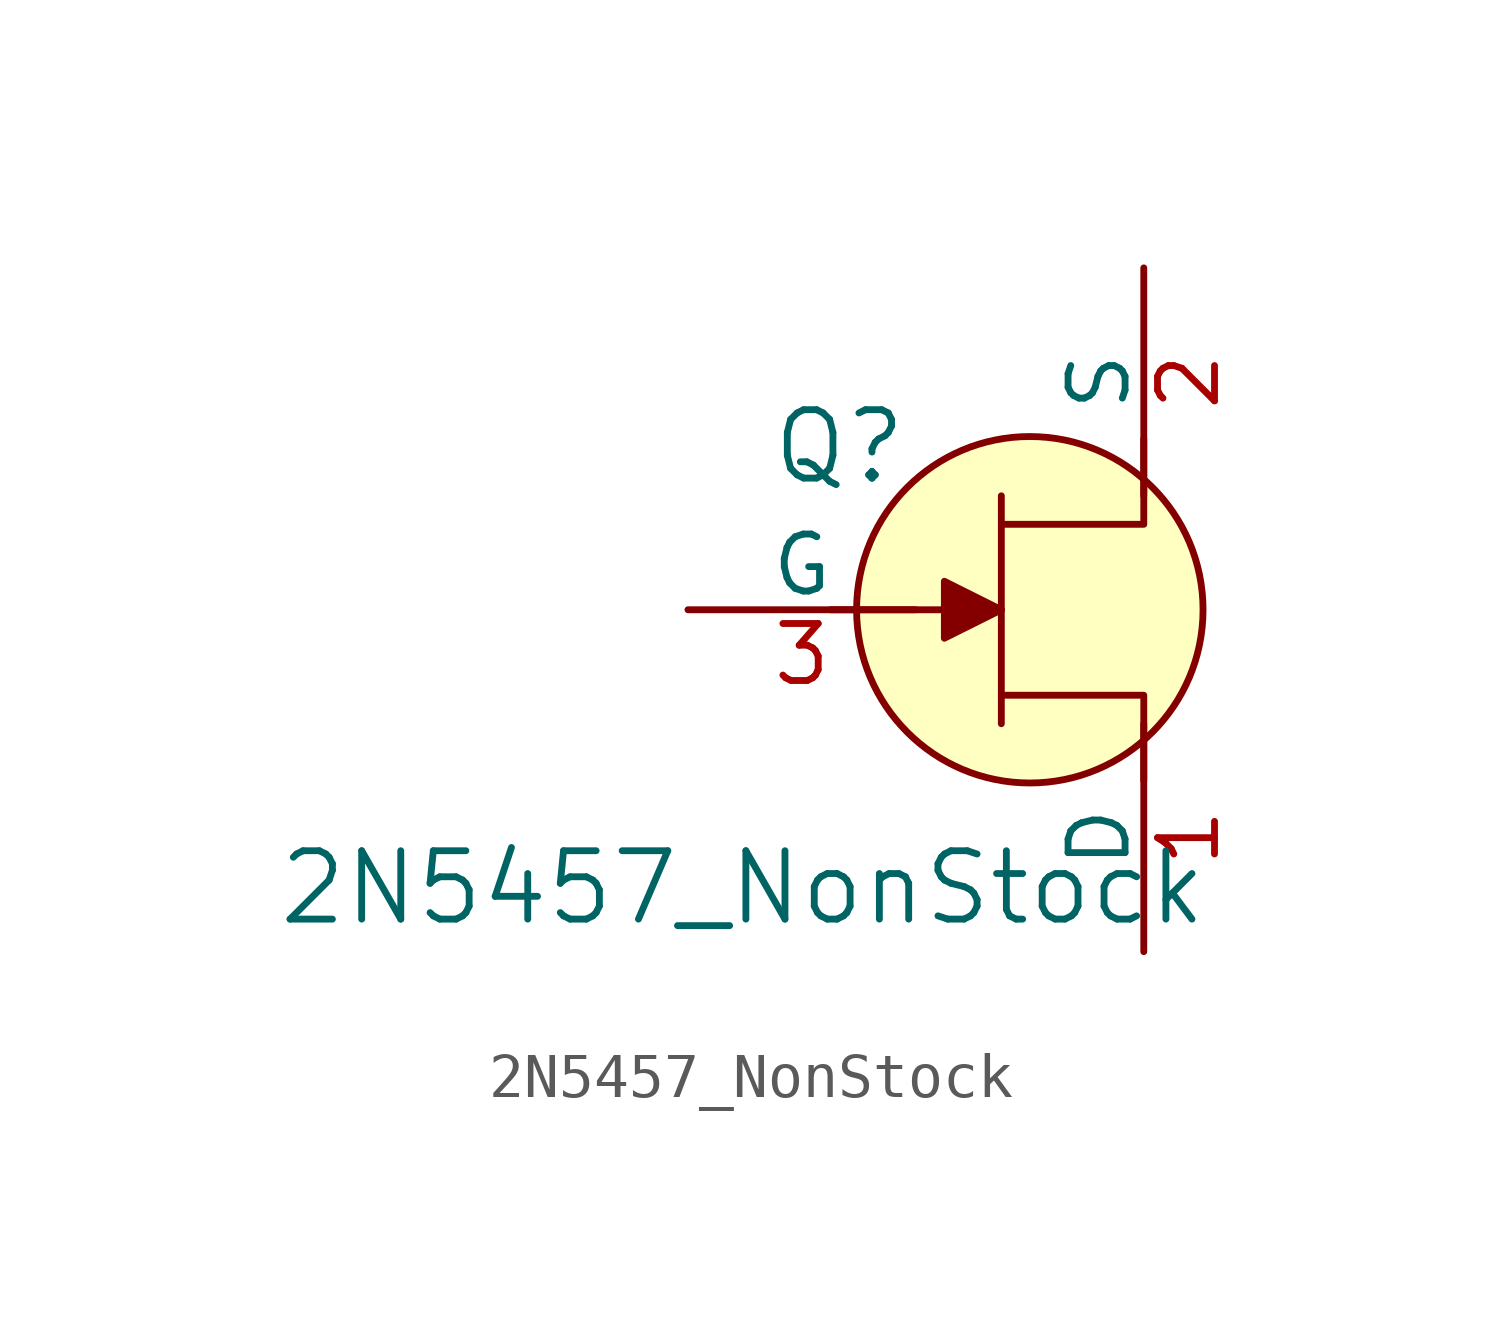
<source format=kicad_sym>
(kicad_symbol_lib
  (version 20220914)
  (generator kicad_symbol_editor)
  (symbol "2N5457_NonStock"
    (pin_names
      (offset 0))
    (property "Reference" "Q"
      (at -2.692 3.632 0)
      (effects (font (size 1.524 1.524)) (justify right)))
    (property "Value" "2N5457_NonStock"
      (at -6.401 -6.198 0)
      (effects (font (size 1.524 1.524))))
    (symbol "2N5457_NonStock_0_1"
      (polyline (pts (xy -0.635 -2.54) (xy -0.635 2.54)) (stroke (width 0) (type default)) (fill (type none)))
      (polyline (pts (xy -0.635 0) (xy -4.445 0)) (stroke (width 0) (type default)) (fill (type none)))
      (polyline (pts (xy -0.635 -1.905) (xy 2.54 -1.905) (xy 2.54 -3.81)) (stroke (width 0) (type default)) (fill (type none)))
      (polyline (pts (xy -0.635 1.905) (xy 2.54 1.905) (xy 2.54 3.81)) (stroke (width 0) (type default)) (fill (type none))))
    (symbol "2N5457_NonStock_1_1"
      (polyline (pts (xy -1.905 0.635) (xy -1.905 -0.635) (xy -0.635 0) (xy -1.905 0.635)) (stroke (width 0) (type default)) (fill (type outline)))
      (circle (center 0 0) (radius 3.861) (stroke (width 0) (type default)) (fill (type background)))
      (pin passive line (at 2.54 -7.62 90) (length 5.08) (name "D" (effects (font (size 1.27 1.27)))) (number "1" (effects (font (size 1.27 1.27)))))
      (pin passive line (at 2.54 7.62 270) (length 5.08) (name "S" (effects (font (size 1.27 1.27)))) (number "2" (effects (font (size 1.27 1.27)))))
      (pin input line (at -7.62 0 0) (length 5.08) (name "G" (effects (font (size 1.27 1.27)))) (number "3" (effects (font (size 1.27 1.27))))))))
</source>
